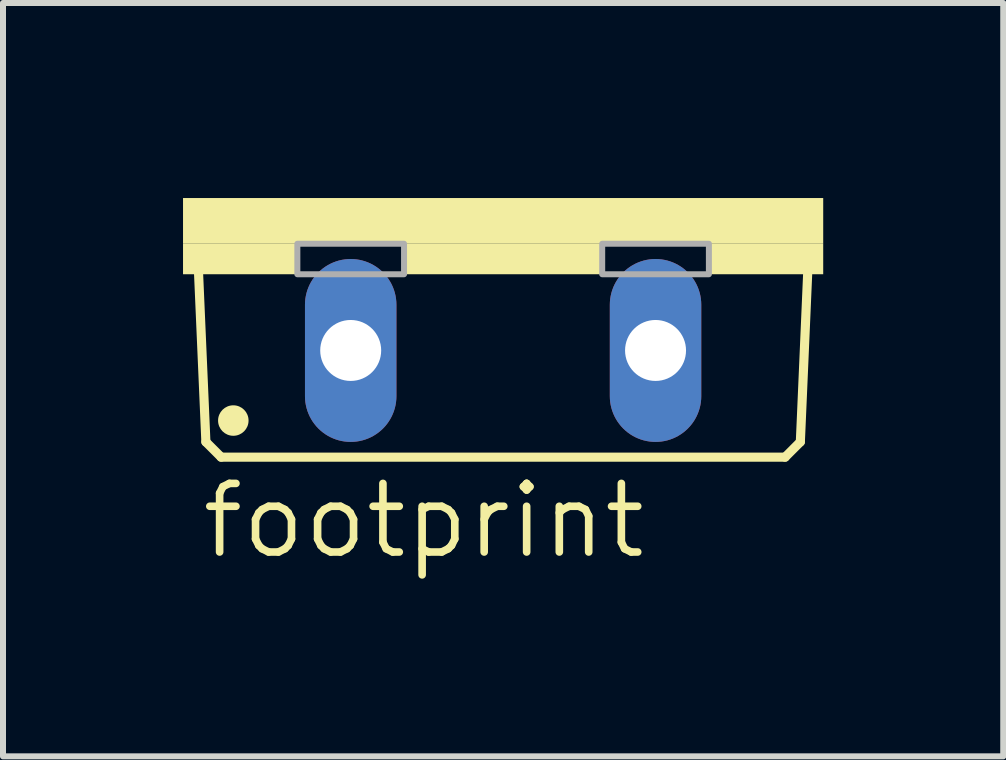
<source format=kicad_pcb>
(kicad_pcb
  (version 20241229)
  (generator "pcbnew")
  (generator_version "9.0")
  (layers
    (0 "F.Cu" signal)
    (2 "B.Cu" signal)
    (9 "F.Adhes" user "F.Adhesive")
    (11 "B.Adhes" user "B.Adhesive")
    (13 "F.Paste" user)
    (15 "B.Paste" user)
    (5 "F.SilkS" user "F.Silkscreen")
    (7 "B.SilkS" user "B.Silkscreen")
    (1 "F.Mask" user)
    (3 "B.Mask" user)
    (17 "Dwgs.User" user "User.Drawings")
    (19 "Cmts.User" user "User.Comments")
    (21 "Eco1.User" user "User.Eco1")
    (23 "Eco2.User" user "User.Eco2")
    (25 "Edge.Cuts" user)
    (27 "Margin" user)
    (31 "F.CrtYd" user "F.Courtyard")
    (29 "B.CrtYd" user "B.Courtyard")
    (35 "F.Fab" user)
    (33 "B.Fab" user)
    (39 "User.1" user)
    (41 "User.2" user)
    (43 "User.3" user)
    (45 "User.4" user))
  (footprint "footprint"
    (layer "F.Cu")
    (at 5.334 0.25)
    (property "Reference" "footprint" (at -5.08 6.045 0) (layer "F.SilkS") (effects (font (size 1.143 1.143) (thickness 0.127)) (justify left bottom)))
    (fp_line (start -4.953 4.064) (end -5.08 1.143) (stroke (width 0.152) (type solid)) (layer "F.SilkS"))
    (fp_line (start -4.953 4.064) (end -4.699 4.318) (stroke (width 0.152) (type solid)) (layer "F.SilkS"))
    (fp_line (start 4.699 4.318) (end -4.699 4.318) (stroke (width 0.152) (type solid)) (layer "F.SilkS"))
    (fp_line (start 4.699 4.318) (end 4.953 4.064) (stroke (width 0.152) (type solid)) (layer "F.SilkS"))
    (fp_line (start 5.08 1.143) (end 4.953 4.064) (stroke (width 0.152) (type solid)) (layer "F.SilkS"))
    (fp_circle (center -4.496 3.708) (end -4.369 3.708) (stroke (width 0.254) (type solid)) (fill yes) (layer "F.SilkS"))
    (fp_poly (pts (xy -5.334 0.762) (xy 5.334 0.762) (xy 5.334 0) (xy -5.334 0)) (stroke (width 0) (type solid)) (fill yes) (layer "F.SilkS"))
    (fp_poly (pts (xy -5.334 1.27) (xy -3.429 1.27) (xy -3.429 0.762) (xy -5.334 0.762)) (stroke (width 0) (type solid)) (fill yes) (layer "F.SilkS"))
    (fp_poly (pts (xy -1.651 1.27) (xy 1.651 1.27) (xy 1.651 0.762) (xy -1.651 0.762)) (stroke (width 0) (type solid)) (fill yes) (layer "F.SilkS"))
    (fp_poly (pts (xy 3.429 1.27) (xy 5.334 1.27) (xy 5.334 0.762) (xy 3.429 0.762)) (stroke (width 0) (type solid)) (fill yes) (layer "F.SilkS"))
    (fp_poly (pts (xy -3.429 1.27) (xy -1.651 1.27) (xy -1.651 0.762) (xy -3.429 0.762)) (stroke (width 0.1) (type solid)) (fill no) (layer "F.Fab"))
    (fp_poly (pts (xy 1.651 1.27) (xy 3.429 1.27) (xy 3.429 0.762) (xy 1.651 0.762)) (stroke (width 0.1) (type solid)) (fill no) (layer "F.Fab"))
    (pad "A" thru_hole oval (at 2.54 2.54 90) (size 3.048 1.524) (drill 1.016) (layers "*.Cu" "*.Mask"))
    (pad "C" thru_hole oval (at -2.54 2.54 90) (size 3.048 1.524) (drill 1.016) (layers "*.Cu" "*.Mask")))
  (gr_rect
    (start -3 -3)
    (end 13.668 9.554)
    (stroke (width 0.1) (type default))
    (fill no)
    (layer "Edge.Cuts")))
</source>
